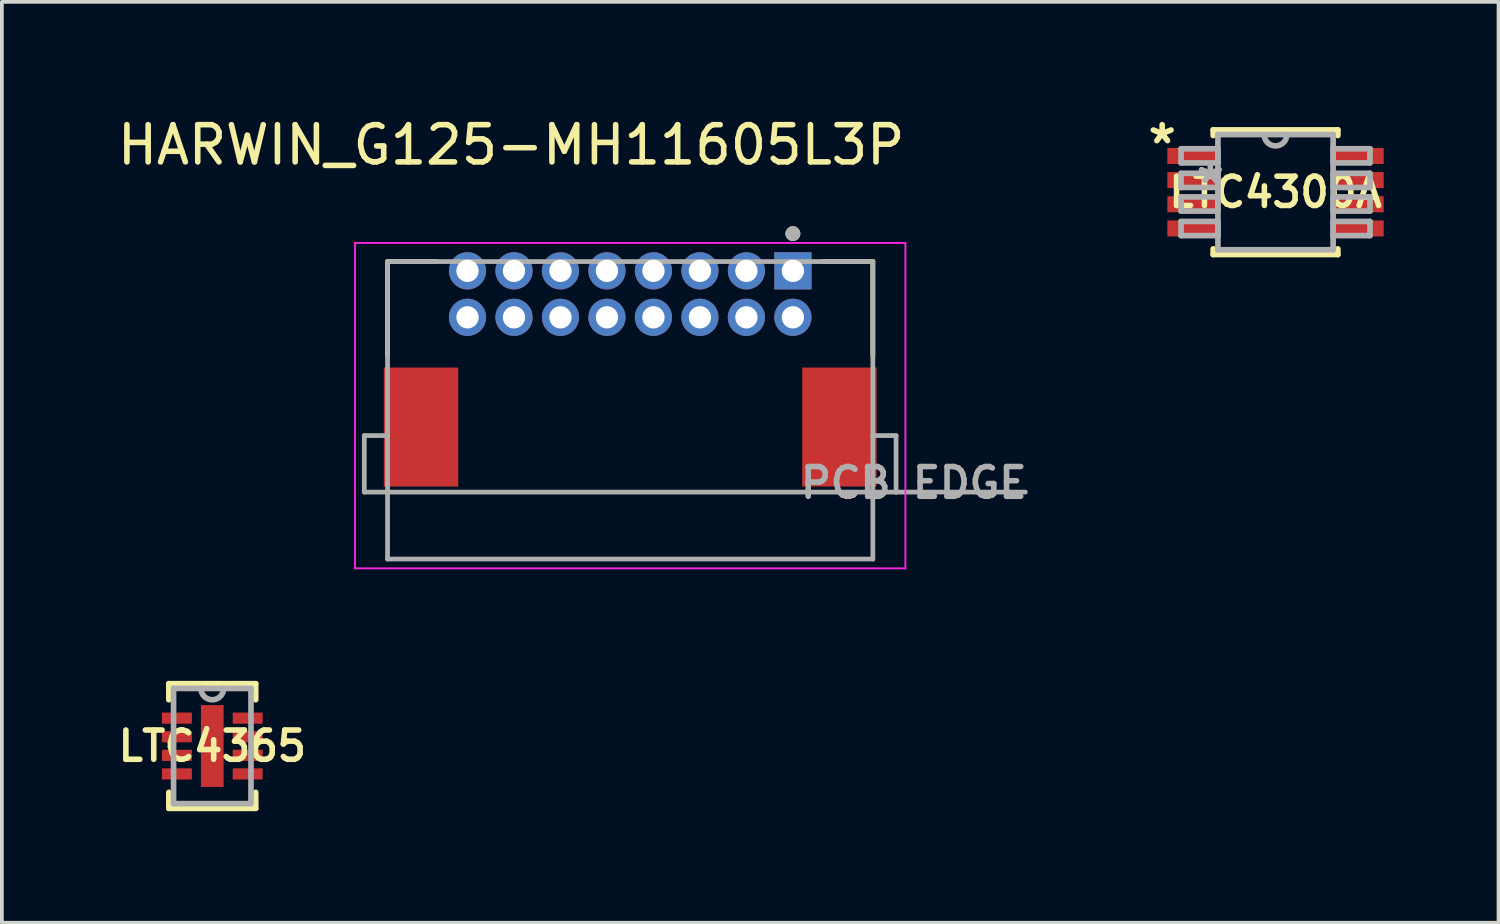
<source format=kicad_pcb>
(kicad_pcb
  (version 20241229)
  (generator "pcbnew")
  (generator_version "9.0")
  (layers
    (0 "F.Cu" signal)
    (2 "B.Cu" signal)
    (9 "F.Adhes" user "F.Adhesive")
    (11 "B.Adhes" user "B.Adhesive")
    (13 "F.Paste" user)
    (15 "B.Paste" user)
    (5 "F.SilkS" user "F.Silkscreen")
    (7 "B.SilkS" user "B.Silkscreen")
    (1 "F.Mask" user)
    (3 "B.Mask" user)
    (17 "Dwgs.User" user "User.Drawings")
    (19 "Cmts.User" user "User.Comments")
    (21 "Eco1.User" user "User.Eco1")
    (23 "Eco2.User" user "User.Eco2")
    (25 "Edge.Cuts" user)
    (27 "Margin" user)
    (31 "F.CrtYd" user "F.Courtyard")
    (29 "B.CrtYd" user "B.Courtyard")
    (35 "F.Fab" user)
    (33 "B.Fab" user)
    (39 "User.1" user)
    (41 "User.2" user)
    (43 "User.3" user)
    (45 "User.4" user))
  (footprint "HARWIN_G125-MH11605L3P"
    (layer "F.Cu")
    (at 13.896 8.433)
    (property "Reference" "HARWIN_G125-MH11605L3P" (at -3.2 -7.585 0) (layer "F.SilkS") (effects (font (size 1 1) (thickness 0.15))))
    (attr through_hole)
    (fp_line (start -6.525 -4.45) (end -6.525 -1.92) (stroke (width 0.127) (type solid)) (layer "F.SilkS"))
    (fp_line (start -6.525 -4.45) (end -5.195 -4.45) (stroke (width 0.127) (type solid)) (layer "F.SilkS"))
    (fp_line (start 6.525 -4.45) (end 5.195 -4.45) (stroke (width 0.127) (type solid)) (layer "F.SilkS"))
    (fp_line (start 6.525 -4.45) (end 6.525 -1.92) (stroke (width 0.127) (type solid)) (layer "F.SilkS"))
    (fp_circle (center 4.375 -5.2) (end 4.475 -5.2) (stroke (width 0.2) (type solid)) (fill no) (layer "F.SilkS"))
    (fp_line (start -7.4 -4.95) (end 7.4 -4.95) (stroke (width 0.05) (type solid)) (layer "F.CrtYd"))
    (fp_line (start -7.4 3.8) (end -7.4 -4.95) (stroke (width 0.05) (type solid)) (layer "F.CrtYd"))
    (fp_line (start 7.4 -4.95) (end 7.4 3.8) (stroke (width 0.05) (type solid)) (layer "F.CrtYd"))
    (fp_line (start 7.4 3.8) (end -7.4 3.8) (stroke (width 0.05) (type solid)) (layer "F.CrtYd"))
    (fp_line (start -7.15 0.23) (end -7.15 1.75) (stroke (width 0.127) (type solid)) (layer "F.Fab"))
    (fp_line (start -7.15 0.23) (end -6.525 0.23) (stroke (width 0.127) (type solid)) (layer "F.Fab"))
    (fp_line (start -7.15 1.75) (end -6.525 1.75) (stroke (width 0.127) (type solid)) (layer "F.Fab"))
    (fp_line (start -6.525 -4.45) (end -6.525 0.23) (stroke (width 0.127) (type solid)) (layer "F.Fab"))
    (fp_line (start -6.525 -4.45) (end 6.525 -4.45) (stroke (width 0.127) (type solid)) (layer "F.Fab"))
    (fp_line (start -6.525 0.23) (end -6.525 1.75) (stroke (width 0.127) (type solid)) (layer "F.Fab"))
    (fp_line (start -6.525 1.75) (end -6.525 3.55) (stroke (width 0.127) (type solid)) (layer "F.Fab"))
    (fp_line (start -6.525 1.75) (end 6.525 1.75) (stroke (width 0.127) (type solid)) (layer "F.Fab"))
    (fp_line (start -6.525 3.55) (end 6.525 3.55) (stroke (width 0.127) (type solid)) (layer "F.Fab"))
    (fp_line (start 6.525 -4.45) (end 6.525 0.23) (stroke (width 0.127) (type solid)) (layer "F.Fab"))
    (fp_line (start 6.525 0.23) (end 6.525 1.75) (stroke (width 0.127) (type solid)) (layer "F.Fab"))
    (fp_line (start 6.525 0.23) (end 7.15 0.23) (stroke (width 0.127) (type solid)) (layer "F.Fab"))
    (fp_line (start 6.525 1.75) (end 6.525 3.55) (stroke (width 0.127) (type solid)) (layer "F.Fab"))
    (fp_line (start 6.525 1.75) (end 7.15 1.75) (stroke (width 0.127) (type solid)) (layer "F.Fab"))
    (fp_line (start 7.15 0.23) (end 7.15 1.75) (stroke (width 0.127) (type solid)) (layer "F.Fab"))
    (fp_line (start 7.15 1.75) (end 10.625 1.75) (stroke (width 0.127) (type solid)) (layer "F.Fab"))
    (fp_circle (center 4.375 -5.2) (end 4.475 -5.2) (stroke (width 0.2) (type solid)) (fill no) (layer "F.Fab"))
    (fp_text user "PCB EDGE" (at 7.625 1.5 0) (layer "F.Fab") (effects (font (size 0.8 0.8) (thickness 0.15))))
    (pad "1" thru_hole rect (at 4.375 -4.2) (size 1 1) (drill 0.6) (layers "*.Cu" "*.Mask"))
    (pad "2" thru_hole circle (at 3.125 -4.2) (size 1 1) (drill 0.6) (layers "*.Cu" "*.Mask"))
    (pad "3" thru_hole circle (at 1.875 -4.2) (size 1 1) (drill 0.6) (layers "*.Cu" "*.Mask"))
    (pad "4" thru_hole circle (at 0.625 -4.2) (size 1 1) (drill 0.6) (layers "*.Cu" "*.Mask"))
    (pad "5" thru_hole circle (at -0.625 -4.2) (size 1 1) (drill 0.6) (layers "*.Cu" "*.Mask"))
    (pad "6" thru_hole circle (at -1.875 -4.2) (size 1 1) (drill 0.6) (layers "*.Cu" "*.Mask"))
    (pad "7" thru_hole circle (at -3.125 -4.2) (size 1 1) (drill 0.6) (layers "*.Cu" "*.Mask"))
    (pad "8" thru_hole circle (at -4.375 -4.2) (size 1 1) (drill 0.6) (layers "*.Cu" "*.Mask"))
    (pad "9" thru_hole circle (at 4.375 -2.95) (size 1 1) (drill 0.6) (layers "*.Cu" "*.Mask"))
    (pad "10" thru_hole circle (at 3.125 -2.95) (size 1 1) (drill 0.6) (layers "*.Cu" "*.Mask"))
    (pad "11" thru_hole circle (at 1.875 -2.95) (size 1 1) (drill 0.6) (layers "*.Cu" "*.Mask"))
    (pad "12" thru_hole circle (at 0.625 -2.95) (size 1 1) (drill 0.6) (layers "*.Cu" "*.Mask"))
    (pad "13" thru_hole circle (at -0.625 -2.95) (size 1 1) (drill 0.6) (layers "*.Cu" "*.Mask"))
    (pad "14" thru_hole circle (at -1.875 -2.95) (size 1 1) (drill 0.6) (layers "*.Cu" "*.Mask"))
    (pad "15" thru_hole circle (at -3.125 -2.95) (size 1 1) (drill 0.6) (layers "*.Cu" "*.Mask"))
    (pad "16" thru_hole circle (at -4.375 -2.95) (size 1 1) (drill 0.6) (layers "*.Cu" "*.Mask"))
    (pad "17" smd rect (at -5.625 0) (size 2 3.2) (layers "F.Cu" "F.Mask" "F.Paste"))
    (pad "18" smd rect (at 5.625 0) (size 2 3.2) (layers "F.Cu" "F.Mask" "F.Paste")))
  (footprint "LTC4300A"
    (layer "F.Cu")
    (at 31.249 2.118)
    (property "Reference" "LTC4300A" (at 0 0 0) (layer "F.SilkS") (effects (font (size 0.787 0.787) (thickness 0.15))))
    (attr smd)
    (fp_line (start -1.676 -1.676) (end -1.676 -1.524) (stroke (width 0.152) (type solid)) (layer "F.SilkS"))
    (fp_line (start -1.676 1.524) (end -1.676 1.676) (stroke (width 0.152) (type solid)) (layer "F.SilkS"))
    (fp_line (start -1.676 1.676) (end 1.676 1.676) (stroke (width 0.152) (type solid)) (layer "F.SilkS"))
    (fp_line (start 1.676 -1.676) (end -1.676 -1.676) (stroke (width 0.152) (type solid)) (layer "F.SilkS"))
    (fp_line (start 1.676 -1.524) (end 1.676 -1.676) (stroke (width 0.152) (type solid)) (layer "F.SilkS"))
    (fp_line (start 1.676 1.676) (end 1.676 1.524) (stroke (width 0.152) (type solid)) (layer "F.SilkS"))
    (fp_line (start -2.54 -1.168) (end -2.54 -0.787) (stroke (width 0.152) (type solid)) (layer "F.Fab"))
    (fp_line (start -2.54 -0.787) (end -1.549 -0.787) (stroke (width 0.152) (type solid)) (layer "F.Fab"))
    (fp_line (start -2.54 -0.508) (end -2.54 -0.127) (stroke (width 0.152) (type solid)) (layer "F.Fab"))
    (fp_line (start -2.54 -0.127) (end -1.549 -0.127) (stroke (width 0.152) (type solid)) (layer "F.Fab"))
    (fp_line (start -2.54 0.127) (end -2.54 0.508) (stroke (width 0.152) (type solid)) (layer "F.Fab"))
    (fp_line (start -2.54 0.508) (end -1.549 0.508) (stroke (width 0.152) (type solid)) (layer "F.Fab"))
    (fp_line (start -2.54 0.787) (end -2.54 1.168) (stroke (width 0.152) (type solid)) (layer "F.Fab"))
    (fp_line (start -2.54 1.168) (end -1.549 1.168) (stroke (width 0.152) (type solid)) (layer "F.Fab"))
    (fp_line (start -1.549 -1.549) (end -1.549 1.549) (stroke (width 0.152) (type solid)) (layer "F.Fab"))
    (fp_line (start -1.549 -1.168) (end -2.54 -1.168) (stroke (width 0.152) (type solid)) (layer "F.Fab"))
    (fp_line (start -1.549 -0.787) (end -1.549 -1.168) (stroke (width 0.152) (type solid)) (layer "F.Fab"))
    (fp_line (start -1.549 -0.508) (end -2.54 -0.508) (stroke (width 0.152) (type solid)) (layer "F.Fab"))
    (fp_line (start -1.549 -0.127) (end -1.549 -0.508) (stroke (width 0.152) (type solid)) (layer "F.Fab"))
    (fp_line (start -1.549 0.127) (end -2.54 0.127) (stroke (width 0.152) (type solid)) (layer "F.Fab"))
    (fp_line (start -1.549 0.508) (end -1.549 0.127) (stroke (width 0.152) (type solid)) (layer "F.Fab"))
    (fp_line (start -1.549 0.787) (end -2.54 0.787) (stroke (width 0.152) (type solid)) (layer "F.Fab"))
    (fp_line (start -1.549 1.168) (end -1.549 0.787) (stroke (width 0.152) (type solid)) (layer "F.Fab"))
    (fp_line (start -1.549 1.549) (end 1.549 1.549) (stroke (width 0.152) (type solid)) (layer "F.Fab"))
    (fp_line (start -0.305 -1.549) (end -1.549 -1.549) (stroke (width 0.152) (type solid)) (layer "F.Fab"))
    (fp_line (start 0.305 -1.549) (end -0.305 -1.549) (stroke (width 0.152) (type solid)) (layer "F.Fab"))
    (fp_line (start 1.549 -1.549) (end 0.305 -1.549) (stroke (width 0.152) (type solid)) (layer "F.Fab"))
    (fp_line (start 1.549 -1.168) (end 1.549 -0.787) (stroke (width 0.152) (type solid)) (layer "F.Fab"))
    (fp_line (start 1.549 -0.787) (end 2.54 -0.787) (stroke (width 0.152) (type solid)) (layer "F.Fab"))
    (fp_line (start 1.549 -0.508) (end 1.549 -0.127) (stroke (width 0.152) (type solid)) (layer "F.Fab"))
    (fp_line (start 1.549 -0.127) (end 2.54 -0.127) (stroke (width 0.152) (type solid)) (layer "F.Fab"))
    (fp_line (start 1.549 0.127) (end 1.549 0.508) (stroke (width 0.152) (type solid)) (layer "F.Fab"))
    (fp_line (start 1.549 0.508) (end 2.54 0.508) (stroke (width 0.152) (type solid)) (layer "F.Fab"))
    (fp_line (start 1.549 0.787) (end 1.549 1.168) (stroke (width 0.152) (type solid)) (layer "F.Fab"))
    (fp_line (start 1.549 1.168) (end 2.54 1.168) (stroke (width 0.152) (type solid)) (layer "F.Fab"))
    (fp_line (start 1.549 1.549) (end 1.549 -1.549) (stroke (width 0.152) (type solid)) (layer "F.Fab"))
    (fp_line (start 2.54 -1.168) (end 1.549 -1.168) (stroke (width 0.152) (type solid)) (layer "F.Fab"))
    (fp_line (start 2.54 -0.787) (end 2.54 -1.168) (stroke (width 0.152) (type solid)) (layer "F.Fab"))
    (fp_line (start 2.54 -0.508) (end 1.549 -0.508) (stroke (width 0.152) (type solid)) (layer "F.Fab"))
    (fp_line (start 2.54 -0.127) (end 2.54 -0.508) (stroke (width 0.152) (type solid)) (layer "F.Fab"))
    (fp_line (start 2.54 0.127) (end 1.549 0.127) (stroke (width 0.152) (type solid)) (layer "F.Fab"))
    (fp_line (start 2.54 0.508) (end 2.54 0.127) (stroke (width 0.152) (type solid)) (layer "F.Fab"))
    (fp_line (start 2.54 0.787) (end 1.549 0.787) (stroke (width 0.152) (type solid)) (layer "F.Fab"))
    (fp_line (start 2.54 1.168) (end 2.54 0.787) (stroke (width 0.152) (type solid)) (layer "F.Fab"))
    (fp_arc (start 0.3048 -1.5494) (mid 0 -1.2446) (end -0.3048 -1.5494) (stroke (width 0.1524) (type solid)) (layer "F.Fab"))
    (fp_text user "*" (at -3.048 -1.27 0) (layer "F.SilkS") (effects (font (size 1 1) (thickness 0.15))))
    (fp_text user "*" (at -1.753 -0.203 0) (layer "F.Fab") (effects (font (size 1 1) (thickness 0.15))))
    (pad "1" smd rect (at -2.21 -0.975) (size 1.397 0.432) (layers "F.Cu" "F.Mask" "F.Paste"))
    (pad "2" smd rect (at -2.21 -0.325) (size 1.397 0.432) (layers "F.Cu" "F.Mask" "F.Paste"))
    (pad "3" smd rect (at -2.21 0.325) (size 1.397 0.432) (layers "F.Cu" "F.Mask" "F.Paste"))
    (pad "4" smd rect (at -2.21 0.975) (size 1.397 0.432) (layers "F.Cu" "F.Mask" "F.Paste"))
    (pad "5" smd rect (at 2.21 0.975) (size 1.397 0.432) (layers "F.Cu" "F.Mask" "F.Paste"))
    (pad "6" smd rect (at 2.21 0.325) (size 1.397 0.432) (layers "F.Cu" "F.Mask" "F.Paste"))
    (pad "7" smd rect (at 2.21 -0.325) (size 1.397 0.432) (layers "F.Cu" "F.Mask" "F.Paste"))
    (pad "8" smd rect (at 2.21 -0.975) (size 1.397 0.432) (layers "F.Cu" "F.Mask" "F.Paste")))
  (footprint "LTC4365"
    (layer "F.Cu")
    (at 2.658 17.011)
    (property "Reference" "LTC4365" (at 0 0 0) (layer "F.SilkS") (effects (font (size 0.787 0.787) (thickness 0.15))))
    (attr smd)
    (fp_line (start -1.168 -1.676) (end -1.168 -1.245) (stroke (width 0.152) (type solid)) (layer "F.SilkS"))
    (fp_line (start -1.168 1.245) (end -1.168 1.676) (stroke (width 0.152) (type solid)) (layer "F.SilkS"))
    (fp_line (start -1.168 1.676) (end 1.168 1.676) (stroke (width 0.152) (type solid)) (layer "F.SilkS"))
    (fp_line (start 1.168 -1.676) (end -1.168 -1.676) (stroke (width 0.152) (type solid)) (layer "F.SilkS"))
    (fp_line (start 1.168 -1.245) (end 1.168 -1.676) (stroke (width 0.152) (type solid)) (layer "F.SilkS"))
    (fp_line (start 1.168 1.676) (end 1.168 1.245) (stroke (width 0.152) (type solid)) (layer "F.SilkS"))
    (fp_poly (pts (xy -0.305 -1.1) (xy -0.305 1.1) (xy 0.305 1.1) (xy 0.305 -1.1)) (stroke (width 0.025) (type solid)) (fill yes) (layer "F.Paste"))
    (fp_line (start -1.041 -1.549) (end -1.041 1.549) (stroke (width 0.152) (type solid)) (layer "F.Fab"))
    (fp_line (start -1.041 1.549) (end 1.041 1.549) (stroke (width 0.152) (type solid)) (layer "F.Fab"))
    (fp_line (start -0.305 -1.549) (end -1.041 -1.549) (stroke (width 0.152) (type solid)) (layer "F.Fab"))
    (fp_line (start 0.305 -1.549) (end -0.305 -1.549) (stroke (width 0.152) (type solid)) (layer "F.Fab"))
    (fp_line (start 1.041 -1.549) (end 0.305 -1.549) (stroke (width 0.152) (type solid)) (layer "F.Fab"))
    (fp_line (start 1.041 1.549) (end 1.041 -1.549) (stroke (width 0.152) (type solid)) (layer "F.Fab"))
    (fp_arc (start 0.3048 -1.5494) (mid 0 -1.2446) (end -0.3048 -1.5494) (stroke (width 0.1524) (type solid)) (layer "F.Fab"))
    (pad "1" smd rect (at -0.952 -0.75) (size 0.805 0.3) (layers "F.Cu" "F.Mask" "F.Paste"))
    (pad "1" smd rect (at 0 0) (size 0.61 2.2) (layers "F.Cu" "F.Mask"))
    (pad "2" smd rect (at -0.952 -0.25) (size 0.805 0.3) (layers "F.Cu" "F.Mask" "F.Paste"))
    (pad "3" smd rect (at -0.952 0.25) (size 0.805 0.3) (layers "F.Cu" "F.Mask" "F.Paste"))
    (pad "4" smd rect (at -0.952 0.75) (size 0.805 0.3) (layers "F.Cu" "F.Mask" "F.Paste"))
    (pad "5" smd rect (at 0.952 0.75) (size 0.805 0.3) (layers "F.Cu" "F.Mask" "F.Paste"))
    (pad "6" smd rect (at 0.952 0.25) (size 0.805 0.3) (layers "F.Cu" "F.Mask" "F.Paste"))
    (pad "7" smd rect (at 0.952 -0.25) (size 0.805 0.3) (layers "F.Cu" "F.Mask" "F.Paste"))
    (pad "8" smd rect (at 0.952 -0.75) (size 0.805 0.3) (layers "F.Cu" "F.Mask" "F.Paste")))
  (gr_rect
    (start -3 -3)
    (end 37.245 21.763)
    (stroke (width 0.1) (type default))
    (fill no)
    (layer "Edge.Cuts")))
</source>
